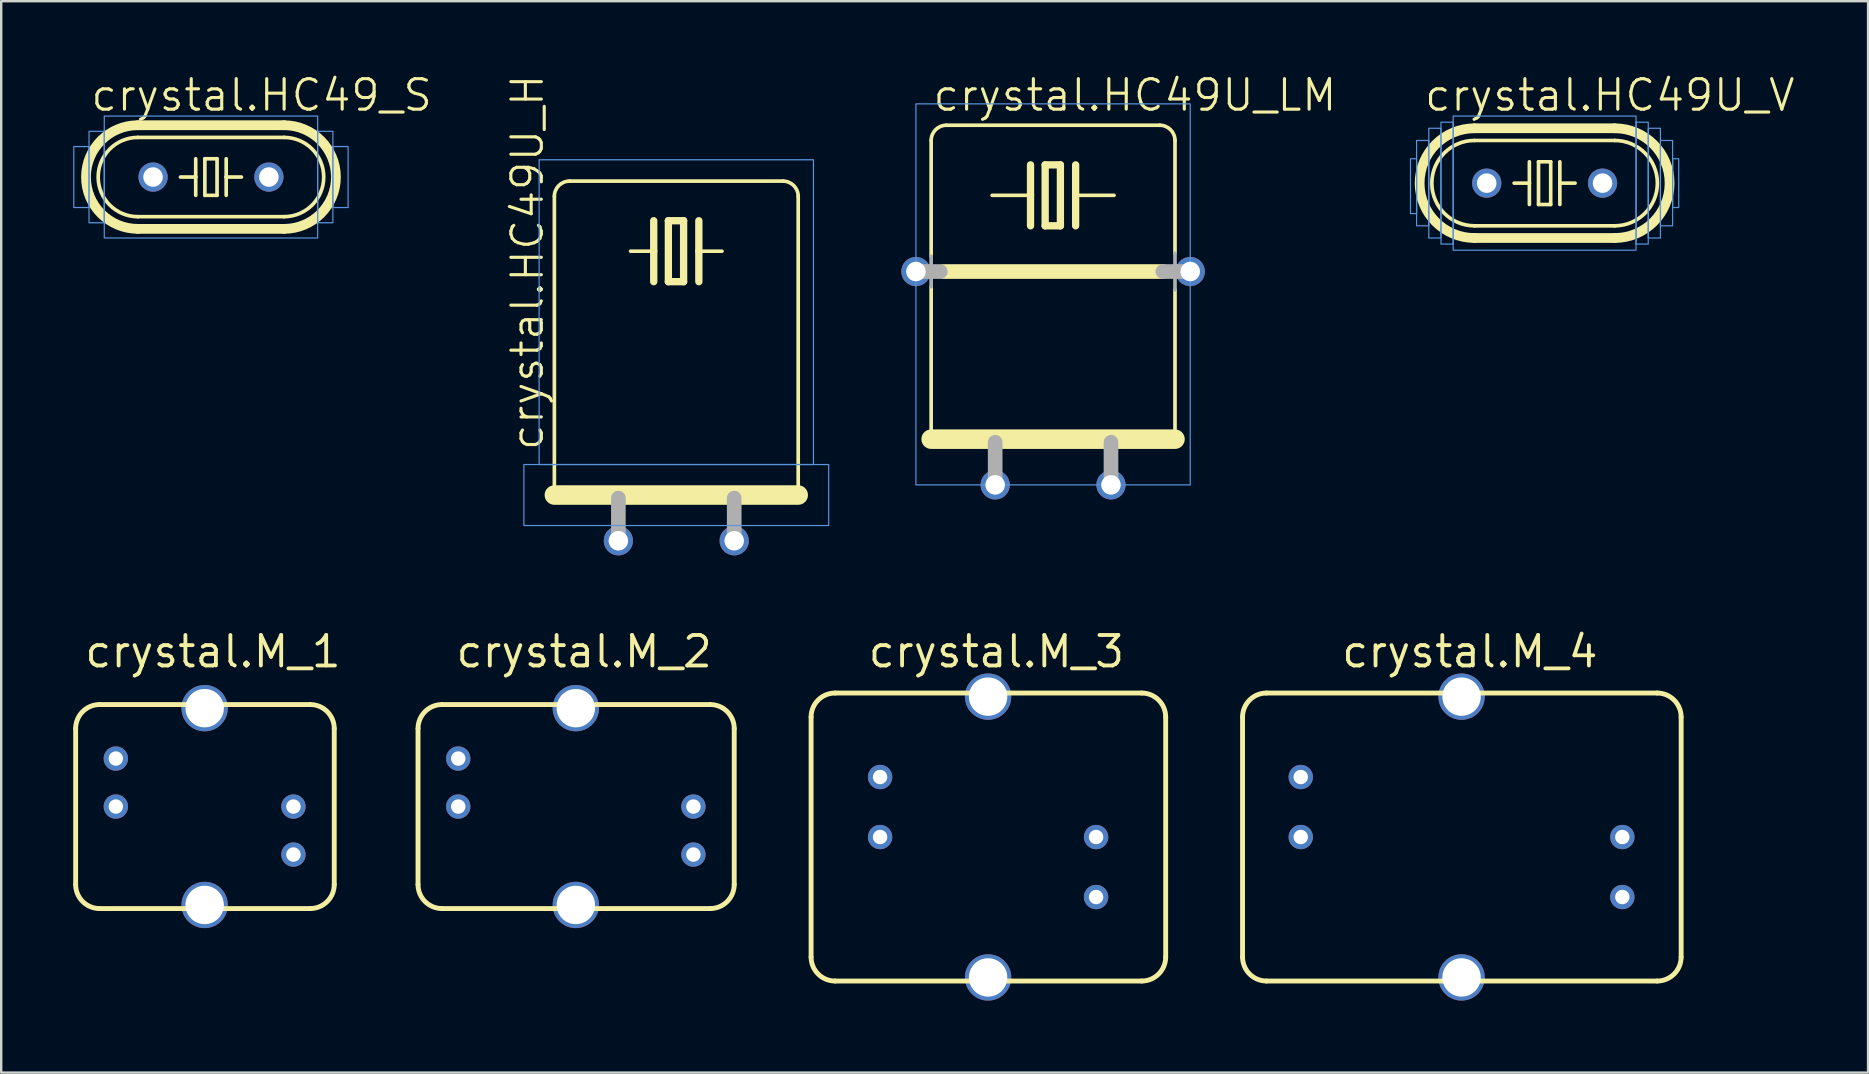
<source format=kicad_pcb>
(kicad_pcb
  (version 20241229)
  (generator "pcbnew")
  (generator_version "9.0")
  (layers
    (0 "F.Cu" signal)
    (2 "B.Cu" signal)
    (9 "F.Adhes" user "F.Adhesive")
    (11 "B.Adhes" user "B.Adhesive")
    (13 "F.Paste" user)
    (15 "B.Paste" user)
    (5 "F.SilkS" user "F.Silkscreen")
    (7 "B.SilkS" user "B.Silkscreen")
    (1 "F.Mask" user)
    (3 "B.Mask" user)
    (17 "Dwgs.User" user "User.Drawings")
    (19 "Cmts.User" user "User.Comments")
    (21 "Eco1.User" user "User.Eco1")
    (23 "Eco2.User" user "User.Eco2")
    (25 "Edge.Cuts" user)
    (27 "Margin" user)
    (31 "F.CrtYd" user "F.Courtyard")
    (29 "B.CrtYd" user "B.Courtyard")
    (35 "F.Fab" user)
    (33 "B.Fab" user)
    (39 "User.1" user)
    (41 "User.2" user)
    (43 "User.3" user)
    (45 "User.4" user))
  (footprint "crystal.M_2"
    (layer "F.Cu")
    (at 20.943 30.557)
    (property "Reference" "crystal.M_2" (at -5.08 -5.715 0) (layer "F.SilkS") (effects (font (size 1.27 1.27) (thickness 0.16)) (justify left bottom)))
    (attr through_hole)
    (fp_line (start -6.575 -3.25) (end -6.575 3.25) (stroke (width 0.203) (type default)) (layer "F.SilkS"))
    (fp_line (start -5.575 4.25) (end 5.6 4.25) (stroke (width 0.203) (type default)) (layer "F.SilkS"))
    (fp_line (start 5.6 -4.25) (end -5.575 -4.25) (stroke (width 0.203) (type default)) (layer "F.SilkS"))
    (fp_line (start 6.6 3.25) (end 6.6 -3.25) (stroke (width 0.203) (type default)) (layer "F.SilkS"))
    (fp_arc (start -6.575 -3.25) (mid -6.282107 -3.957107) (end -5.575 -4.25) (stroke (width 0.2032) (type default)) (layer "F.SilkS"))
    (fp_arc (start -5.575 4.25) (mid -6.282107 3.957107) (end -6.575 3.25) (stroke (width 0.2032) (type default)) (layer "F.SilkS"))
    (fp_arc (start 5.6 -4.25) (mid 6.307107 -3.957107) (end 6.6 -3.25) (stroke (width 0.2032) (type default)) (layer "F.SilkS"))
    (fp_arc (start 6.6 3.25) (mid 6.307107 3.957107) (end 5.6 4.25) (stroke (width 0.2032) (type default)) (layer "F.SilkS"))
    (pad "1" thru_hole circle (at -4.9 -2) (size 1.016 1.016) (drill 0.6) (layers "*.Cu" "*.Mask"))
    (pad "2" thru_hole circle (at -4.9 0) (size 1.016 1.016) (drill 0.6) (layers "*.Cu" "*.Mask"))
    (pad "3" thru_hole circle (at 4.9 0 180) (size 1.016 1.016) (drill 0.6) (layers "*.Cu" "*.Mask"))
    (pad "4" thru_hole circle (at 4.9 2 180) (size 1.016 1.016) (drill 0.6) (layers "*.Cu" "*.Mask"))
    (pad "S@1" thru_hole circle (at 0 -4.1) (size 1.93 1.93) (drill 1.6) (layers "*.Cu" "*.Mask"))
    (pad "S@2" thru_hole circle (at 0 4.1) (size 1.93 1.93) (drill 1.6) (layers "*.Cu" "*.Mask")))
  (footprint "crystal.HC49_S"
    (layer "F.Cu")
    (at 5.74 4.327)
    (property "Reference" "crystal.HC49_S" (at -5.08 -2.667 0) (layer "F.SilkS") (effects (font (size 1.27 1.27) (thickness 0.13)) (justify left bottom)))
    (attr through_hole)
    (fp_line (start -3.048 -2.159) (end 3.048 -2.159) (stroke (width 0.406) (type default)) (layer "F.SilkS"))
    (fp_line (start -3.048 1.651) (end 3.048 1.651) (stroke (width 0.152) (type default)) (layer "F.SilkS"))
    (fp_line (start -3.048 2.159) (end 3.048 2.159) (stroke (width 0.406) (type default)) (layer "F.SilkS"))
    (fp_line (start -0.635 -0.762) (end -0.635 0) (stroke (width 0.152) (type default)) (layer "F.SilkS"))
    (fp_line (start -0.635 0) (end -1.27 0) (stroke (width 0.152) (type default)) (layer "F.SilkS"))
    (fp_line (start -0.635 0) (end -0.635 0.762) (stroke (width 0.152) (type default)) (layer "F.SilkS"))
    (fp_line (start -0.254 -0.762) (end 0.254 -0.762) (stroke (width 0.152) (type default)) (layer "F.SilkS"))
    (fp_line (start -0.254 0.762) (end -0.254 -0.762) (stroke (width 0.152) (type default)) (layer "F.SilkS"))
    (fp_line (start 0.254 -0.762) (end 0.254 0.762) (stroke (width 0.152) (type default)) (layer "F.SilkS"))
    (fp_line (start 0.254 0.762) (end -0.254 0.762) (stroke (width 0.152) (type default)) (layer "F.SilkS"))
    (fp_line (start 0.635 -0.762) (end 0.635 0) (stroke (width 0.152) (type default)) (layer "F.SilkS"))
    (fp_line (start 0.635 0) (end 0.635 0.762) (stroke (width 0.152) (type default)) (layer "F.SilkS"))
    (fp_line (start 0.635 0) (end 1.27 0) (stroke (width 0.152) (type default)) (layer "F.SilkS"))
    (fp_line (start 3.048 -1.651) (end -3.048 -1.651) (stroke (width 0.152) (type default)) (layer "F.SilkS"))
    (fp_arc (start -3.048 1.651) (mid -4.699 0) (end -3.048 -1.651) (stroke (width 0.1524) (type default)) (layer "F.SilkS"))
    (fp_arc (start -3.048 2.159) (mid -5.207 0) (end -3.048 -2.159) (stroke (width 0.4064) (type default)) (layer "F.SilkS"))
    (fp_arc (start 3.048 -2.159) (mid 5.207 0) (end 3.048 2.159) (stroke (width 0.4064) (type default)) (layer "F.SilkS"))
    (fp_arc (start 3.048 -1.651) (mid 4.699 0) (end 3.048 1.651) (stroke (width 0.1524) (type default)) (layer "F.SilkS"))
    (fp_rect (start -5.715 1.27) (end -5.08 -1.27) (stroke (width 0.05) (type default)) (fill no) (layer "Cmts.User"))
    (fp_rect (start -5.08 1.905) (end -4.445 -1.905) (stroke (width 0.05) (type default)) (fill no) (layer "Cmts.User"))
    (fp_rect (start -4.445 2.54) (end 4.445 -2.54) (stroke (width 0.05) (type default)) (fill no) (layer "Cmts.User"))
    (fp_rect (start 4.445 1.905) (end 5.08 -1.905) (stroke (width 0.05) (type default)) (fill no) (layer "Cmts.User"))
    (fp_rect (start 5.08 1.27) (end 5.715 -1.27) (stroke (width 0.05) (type default)) (fill no) (layer "Cmts.User"))
    (pad "1" thru_hole circle (at -2.413 0) (size 1.219 1.219) (drill 0.813) (layers "*.Cu" "*.Mask"))
    (pad "2" thru_hole circle (at 2.413 0) (size 1.219 1.219) (drill 0.813) (layers "*.Cu" "*.Mask")))
  (footprint "crystal.M_3"
    (layer "F.Cu")
    (at 38.121 31.827)
    (property "Reference" "crystal.M_3" (at -5.08 -6.985 0) (layer "F.SilkS") (effects (font (size 1.27 1.27) (thickness 0.16)) (justify left bottom)))
    (attr through_hole)
    (fp_line (start -7.375 -5) (end -7.375 5) (stroke (width 0.203) (type default)) (layer "F.SilkS"))
    (fp_line (start -6.375 6) (end 6.4 6) (stroke (width 0.203) (type default)) (layer "F.SilkS"))
    (fp_line (start 6.4 -6) (end -6.375 -6) (stroke (width 0.203) (type default)) (layer "F.SilkS"))
    (fp_line (start 7.4 5) (end 7.4 -5) (stroke (width 0.203) (type default)) (layer "F.SilkS"))
    (fp_arc (start -7.375 -5) (mid -7.082107 -5.707107) (end -6.375 -6) (stroke (width 0.2032) (type default)) (layer "F.SilkS"))
    (fp_arc (start -6.375 6) (mid -7.082107 5.707107) (end -7.375 5) (stroke (width 0.2032) (type default)) (layer "F.SilkS"))
    (fp_arc (start 6.4 -6) (mid 7.107107 -5.707107) (end 7.4 -5) (stroke (width 0.2032) (type default)) (layer "F.SilkS"))
    (fp_arc (start 7.4 5) (mid 7.107107 5.707107) (end 6.4 6) (stroke (width 0.2032) (type default)) (layer "F.SilkS"))
    (pad "1" thru_hole circle (at -4.5 -2.5) (size 1.016 1.016) (drill 0.6) (layers "*.Cu" "*.Mask"))
    (pad "2" thru_hole circle (at -4.5 0) (size 1.016 1.016) (drill 0.6) (layers "*.Cu" "*.Mask"))
    (pad "3" thru_hole circle (at 4.5 0 180) (size 1.016 1.016) (drill 0.6) (layers "*.Cu" "*.Mask"))
    (pad "4" thru_hole circle (at 4.5 2.5 180) (size 1.016 1.016) (drill 0.6) (layers "*.Cu" "*.Mask"))
    (pad "S@1" thru_hole circle (at 0 -5.85) (size 1.93 1.93) (drill 1.6) (layers "*.Cu" "*.Mask"))
    (pad "S@2" thru_hole circle (at 0 5.85) (size 1.93 1.93) (drill 1.6) (layers "*.Cu" "*.Mask")))
  (footprint "crystal.HC49U_LM"
    (layer "F.Cu")
    (at 40.829 12.074)
    (property "Reference" "crystal.HC49U_LM" (at -5.08 -10.414 0) (layer "F.SilkS") (effects (font (size 1.27 1.27) (thickness 0.13)) (justify left bottom)))
    (attr through_hole)
    (fp_line (start -5.08 -4.445) (end -5.08 -9.271) (stroke (width 0.152) (type default)) (layer "F.SilkS"))
    (fp_line (start -5.08 -3.175) (end -5.08 3.175) (stroke (width 0.152) (type default)) (layer "F.SilkS"))
    (fp_line (start -5.08 3.175) (end 5.08 3.175) (stroke (width 0.813) (type default)) (layer "F.SilkS"))
    (fp_line (start -4.572 -3.81) (end 4.572 -3.81) (stroke (width 0.61) (type default)) (layer "F.SilkS"))
    (fp_line (start -0.94 -8.255) (end -0.94 -6.985) (stroke (width 0.305) (type default)) (layer "F.SilkS"))
    (fp_line (start -0.94 -6.985) (end -2.54 -6.985) (stroke (width 0.152) (type default)) (layer "F.SilkS"))
    (fp_line (start -0.94 -6.985) (end -0.94 -5.715) (stroke (width 0.305) (type default)) (layer "F.SilkS"))
    (fp_line (start -0.33 -8.255) (end -0.33 -5.715) (stroke (width 0.305) (type default)) (layer "F.SilkS"))
    (fp_line (start -0.33 -5.715) (end 0.305 -5.715) (stroke (width 0.305) (type default)) (layer "F.SilkS"))
    (fp_line (start 0.305 -8.255) (end -0.33 -8.255) (stroke (width 0.305) (type default)) (layer "F.SilkS"))
    (fp_line (start 0.305 -5.715) (end 0.305 -8.255) (stroke (width 0.305) (type default)) (layer "F.SilkS"))
    (fp_line (start 0.94 -8.255) (end 0.94 -6.985) (stroke (width 0.305) (type default)) (layer "F.SilkS"))
    (fp_line (start 0.94 -6.985) (end 0.94 -5.715) (stroke (width 0.305) (type default)) (layer "F.SilkS"))
    (fp_line (start 0.94 -6.985) (end 2.54 -6.985) (stroke (width 0.152) (type default)) (layer "F.SilkS"))
    (fp_line (start 4.445 -9.906) (end -4.445 -9.906) (stroke (width 0.152) (type default)) (layer "F.SilkS"))
    (fp_line (start 5.08 -4.572) (end 5.08 -9.271) (stroke (width 0.152) (type default)) (layer "F.SilkS"))
    (fp_line (start 5.08 -3.048) (end 5.08 3.175) (stroke (width 0.152) (type default)) (layer "F.SilkS"))
    (fp_arc (start -5.08 -9.271) (mid -4.894013 -9.720013) (end -4.445 -9.906) (stroke (width 0.1524) (type default)) (layer "F.SilkS"))
    (fp_arc (start 4.445 -9.906) (mid 4.894013 -9.720013) (end 5.08 -9.271) (stroke (width 0.1524) (type default)) (layer "F.SilkS"))
    (fp_rect (start -5.715 5.08) (end 5.715 -10.795) (stroke (width 0.05) (type default)) (fill no) (layer "Cmts.User"))
    (fp_line (start -5.08 -4.445) (end -5.08 -3.175) (stroke (width 0.152) (type default)) (layer "F.Fab"))
    (fp_line (start -4.699 -3.81) (end -5.715 -3.81) (stroke (width 0.61) (type default)) (layer "F.Fab"))
    (fp_line (start -2.413 3.302) (end -2.413 5.08) (stroke (width 0.61) (type default)) (layer "F.Fab"))
    (fp_line (start 2.413 3.302) (end 2.413 5.08) (stroke (width 0.61) (type default)) (layer "F.Fab"))
    (fp_line (start 4.572 -3.81) (end 5.08 -3.81) (stroke (width 0.61) (type default)) (layer "F.Fab"))
    (fp_line (start 5.08 -3.81) (end 5.08 -4.572) (stroke (width 0.152) (type default)) (layer "F.Fab"))
    (fp_line (start 5.08 -3.81) (end 5.08 -3.048) (stroke (width 0.152) (type default)) (layer "F.Fab"))
    (fp_line (start 5.08 -3.81) (end 5.715 -3.81) (stroke (width 0.61) (type default)) (layer "F.Fab"))
    (pad "1" thru_hole circle (at -2.413 5.08) (size 1.219 1.219) (drill 0.813) (layers "*.Cu" "*.Mask"))
    (pad "2" thru_hole circle (at 2.413 5.08) (size 1.219 1.219) (drill 0.813) (layers "*.Cu" "*.Mask"))
    (pad "M" thru_hole circle (at -5.715 -3.81) (size 1.219 1.219) (drill 0.813) (layers "*.Cu" "*.Mask"))
    (pad "M1" thru_hole circle (at 5.715 -3.81) (size 1.219 1.219) (drill 0.813) (layers "*.Cu" "*.Mask")))
  (footprint "crystal.HC49U_H"
    (layer "F.Cu")
    (at 25.129 14.402)
    (property "Reference" "crystal.HC49U_H" (at -5.461 1.397 90) (layer "F.SilkS") (effects (font (size 1.27 1.27) (thickness 0.13)) (justify left bottom)))
    (attr through_hole)
    (fp_line (start -5.08 -9.271) (end -5.08 3.175) (stroke (width 0.152) (type default)) (layer "F.SilkS"))
    (fp_line (start -5.08 3.175) (end 5.08 3.175) (stroke (width 0.813) (type default)) (layer "F.SilkS"))
    (fp_line (start -0.94 -8.255) (end -0.94 -6.985) (stroke (width 0.305) (type default)) (layer "F.SilkS"))
    (fp_line (start -0.94 -6.985) (end -1.905 -6.985) (stroke (width 0.152) (type default)) (layer "F.SilkS"))
    (fp_line (start -0.94 -6.985) (end -0.94 -5.715) (stroke (width 0.305) (type default)) (layer "F.SilkS"))
    (fp_line (start -0.33 -8.255) (end -0.33 -5.715) (stroke (width 0.305) (type default)) (layer "F.SilkS"))
    (fp_line (start -0.33 -5.715) (end 0.305 -5.715) (stroke (width 0.305) (type default)) (layer "F.SilkS"))
    (fp_line (start 0.305 -8.255) (end -0.33 -8.255) (stroke (width 0.305) (type default)) (layer "F.SilkS"))
    (fp_line (start 0.305 -5.715) (end 0.305 -8.255) (stroke (width 0.305) (type default)) (layer "F.SilkS"))
    (fp_line (start 0.94 -8.255) (end 0.94 -6.985) (stroke (width 0.305) (type default)) (layer "F.SilkS"))
    (fp_line (start 0.94 -6.985) (end 0.94 -5.715) (stroke (width 0.305) (type default)) (layer "F.SilkS"))
    (fp_line (start 0.94 -6.985) (end 1.905 -6.985) (stroke (width 0.152) (type default)) (layer "F.SilkS"))
    (fp_line (start 4.445 -9.906) (end -4.445 -9.906) (stroke (width 0.152) (type default)) (layer "F.SilkS"))
    (fp_line (start 5.08 3.175) (end 5.08 -9.271) (stroke (width 0.152) (type default)) (layer "F.SilkS"))
    (fp_arc (start -5.08 -9.271) (mid -4.894013 -9.720013) (end -4.445 -9.906) (stroke (width 0.1524) (type default)) (layer "F.SilkS"))
    (fp_arc (start 4.445 -9.906) (mid 4.894013 -9.720013) (end 5.08 -9.271) (stroke (width 0.1524) (type default)) (layer "F.SilkS"))
    (fp_rect (start -6.35 4.445) (end 6.35 1.905) (stroke (width 0.05) (type default)) (fill no) (layer "Cmts.User"))
    (fp_rect (start -5.715 1.905) (end 5.715 -10.795) (stroke (width 0.05) (type default)) (fill no) (layer "Cmts.User"))
    (fp_line (start -2.413 3.302) (end -2.413 5.08) (stroke (width 0.61) (type default)) (layer "F.Fab"))
    (fp_line (start 2.413 3.302) (end 2.413 5.08) (stroke (width 0.61) (type default)) (layer "F.Fab"))
    (pad "1" thru_hole circle (at -2.413 5.08) (size 1.219 1.219) (drill 0.813) (layers "*.Cu" "*.Mask"))
    (pad "2" thru_hole circle (at 2.413 5.08) (size 1.219 1.219) (drill 0.813) (layers "*.Cu" "*.Mask")))
  (footprint "crystal.M_1"
    (layer "F.Cu")
    (at 5.477 30.557)
    (property "Reference" "crystal.M_1" (at -5.08 -5.715 0) (layer "F.SilkS") (effects (font (size 1.27 1.27) (thickness 0.16)) (justify left bottom)))
    (attr through_hole)
    (fp_line (start -5.375 -3.25) (end -5.375 3.25) (stroke (width 0.203) (type default)) (layer "F.SilkS"))
    (fp_line (start -4.375 4.25) (end 4.4 4.25) (stroke (width 0.203) (type default)) (layer "F.SilkS"))
    (fp_line (start 4.4 -4.25) (end -4.375 -4.25) (stroke (width 0.203) (type default)) (layer "F.SilkS"))
    (fp_line (start 5.4 3.25) (end 5.4 -3.25) (stroke (width 0.203) (type default)) (layer "F.SilkS"))
    (fp_arc (start -5.375 -3.25) (mid -5.082107 -3.957107) (end -4.375 -4.25) (stroke (width 0.2032) (type default)) (layer "F.SilkS"))
    (fp_arc (start -4.375 4.25) (mid -5.082107 3.957107) (end -5.375 3.25) (stroke (width 0.2032) (type default)) (layer "F.SilkS"))
    (fp_arc (start 4.4 -4.25) (mid 5.107107 -3.957107) (end 5.4 -3.25) (stroke (width 0.2032) (type default)) (layer "F.SilkS"))
    (fp_arc (start 5.4 3.25) (mid 5.107107 3.957107) (end 4.4 4.25) (stroke (width 0.2032) (type default)) (layer "F.SilkS"))
    (pad "1" thru_hole circle (at -3.7 -2) (size 1.016 1.016) (drill 0.6) (layers "*.Cu" "*.Mask"))
    (pad "2" thru_hole circle (at -3.7 0) (size 1.016 1.016) (drill 0.6) (layers "*.Cu" "*.Mask"))
    (pad "3" thru_hole circle (at 3.7 0 180) (size 1.016 1.016) (drill 0.6) (layers "*.Cu" "*.Mask"))
    (pad "4" thru_hole circle (at 3.7 2 180) (size 1.016 1.016) (drill 0.6) (layers "*.Cu" "*.Mask"))
    (pad "S@1" thru_hole circle (at 0 -4.1) (size 1.93 1.93) (drill 1.6) (layers "*.Cu" "*.Mask"))
    (pad "S@2" thru_hole circle (at 0 4.1) (size 1.93 1.93) (drill 1.6) (layers "*.Cu" "*.Mask")))
  (footprint "crystal.M_4"
    (layer "F.Cu")
    (at 57.849 31.827)
    (property "Reference" "crystal.M_4" (at -5.08 -6.985 0) (layer "F.SilkS") (effects (font (size 1.27 1.27) (thickness 0.16)) (justify left bottom)))
    (attr through_hole)
    (fp_line (start -9.125 -5) (end -9.125 5) (stroke (width 0.203) (type default)) (layer "F.SilkS"))
    (fp_line (start -8.125 6) (end 8.15 6) (stroke (width 0.203) (type default)) (layer "F.SilkS"))
    (fp_line (start 8.15 -6) (end -8.125 -6) (stroke (width 0.203) (type default)) (layer "F.SilkS"))
    (fp_line (start 9.15 5) (end 9.15 -5) (stroke (width 0.203) (type default)) (layer "F.SilkS"))
    (fp_arc (start -9.125 -5) (mid -8.832107 -5.707107) (end -8.125 -6) (stroke (width 0.2032) (type default)) (layer "F.SilkS"))
    (fp_arc (start -8.125 6) (mid -8.832107 5.707107) (end -9.125 5) (stroke (width 0.2032) (type default)) (layer "F.SilkS"))
    (fp_arc (start 8.15 -6) (mid 8.857107 -5.707107) (end 9.15 -5) (stroke (width 0.2032) (type default)) (layer "F.SilkS"))
    (fp_arc (start 9.15 5) (mid 8.857107 5.707107) (end 8.15 6) (stroke (width 0.2032) (type default)) (layer "F.SilkS"))
    (pad "1" thru_hole circle (at -6.7 -2.5) (size 1.016 1.016) (drill 0.6) (layers "*.Cu" "*.Mask"))
    (pad "2" thru_hole circle (at -6.7 0) (size 1.016 1.016) (drill 0.6) (layers "*.Cu" "*.Mask"))
    (pad "3" thru_hole circle (at 6.7 0 180) (size 1.016 1.016) (drill 0.6) (layers "*.Cu" "*.Mask"))
    (pad "4" thru_hole circle (at 6.7 2.5 180) (size 1.016 1.016) (drill 0.6) (layers "*.Cu" "*.Mask"))
    (pad "S@1" thru_hole circle (at 0 -5.85) (size 1.93 1.93) (drill 1.6) (layers "*.Cu" "*.Mask"))
    (pad "S@2" thru_hole circle (at 0 5.85) (size 1.93 1.93) (drill 1.6) (layers "*.Cu" "*.Mask")))
  (footprint "crystal.HC49U_V"
    (layer "F.Cu")
    (at 61.31 4.581)
    (property "Reference" "crystal.HC49U_V" (at -5.08 -2.921 0) (layer "F.SilkS") (effects (font (size 1.27 1.27) (thickness 0.13)) (justify left bottom)))
    (attr through_hole)
    (fp_line (start -2.921 -2.286) (end 2.921 -2.286) (stroke (width 0.406) (type default)) (layer "F.SilkS"))
    (fp_line (start -2.921 1.778) (end 2.921 1.778) (stroke (width 0.152) (type default)) (layer "F.SilkS"))
    (fp_line (start -2.921 2.286) (end 2.921 2.286) (stroke (width 0.406) (type default)) (layer "F.SilkS"))
    (fp_line (start -0.635 -0.889) (end -0.635 0) (stroke (width 0.152) (type default)) (layer "F.SilkS"))
    (fp_line (start -0.635 0) (end -1.27 0) (stroke (width 0.152) (type default)) (layer "F.SilkS"))
    (fp_line (start -0.635 0) (end -0.635 0.889) (stroke (width 0.152) (type default)) (layer "F.SilkS"))
    (fp_line (start -0.254 -0.889) (end 0.254 -0.889) (stroke (width 0.152) (type default)) (layer "F.SilkS"))
    (fp_line (start -0.254 0.889) (end -0.254 -0.889) (stroke (width 0.152) (type default)) (layer "F.SilkS"))
    (fp_line (start 0.254 -0.889) (end 0.254 0.889) (stroke (width 0.152) (type default)) (layer "F.SilkS"))
    (fp_line (start 0.254 0.889) (end -0.254 0.889) (stroke (width 0.152) (type default)) (layer "F.SilkS"))
    (fp_line (start 0.635 -0.889) (end 0.635 0) (stroke (width 0.152) (type default)) (layer "F.SilkS"))
    (fp_line (start 0.635 0) (end 0.635 0.889) (stroke (width 0.152) (type default)) (layer "F.SilkS"))
    (fp_line (start 0.635 0) (end 1.27 0) (stroke (width 0.152) (type default)) (layer "F.SilkS"))
    (fp_line (start 2.921 -1.778) (end -2.921 -1.778) (stroke (width 0.152) (type default)) (layer "F.SilkS"))
    (fp_arc (start -2.921 1.778) (mid -4.699 0) (end -2.921 -1.778) (stroke (width 0.1524) (type default)) (layer "F.SilkS"))
    (fp_arc (start -2.921 2.286) (mid -5.207 0) (end -2.921 -2.286) (stroke (width 0.4064) (type default)) (layer "F.SilkS"))
    (fp_arc (start 2.921 -2.286) (mid 5.207 0) (end 2.921 2.286) (stroke (width 0.4064) (type default)) (layer "F.SilkS"))
    (fp_arc (start 2.921 -1.778) (mid 4.699 0) (end 2.921 1.778) (stroke (width 0.1524) (type default)) (layer "F.SilkS"))
    (fp_rect (start -5.588 1.27) (end -5.334 -1.016) (stroke (width 0.05) (type default)) (fill no) (layer "Cmts.User"))
    (fp_rect (start -5.334 1.778) (end -4.826 -1.778) (stroke (width 0.05) (type default)) (fill no) (layer "Cmts.User"))
    (fp_rect (start -4.826 2.286) (end -4.318 -2.286) (stroke (width 0.05) (type default)) (fill no) (layer "Cmts.User"))
    (fp_rect (start -4.318 2.54) (end -3.81 -2.54) (stroke (width 0.05) (type default)) (fill no) (layer "Cmts.User"))
    (fp_rect (start -3.81 2.794) (end 3.81 -2.794) (stroke (width 0.05) (type default)) (fill no) (layer "Cmts.User"))
    (fp_rect (start 3.81 2.54) (end 4.318 -2.54) (stroke (width 0.05) (type default)) (fill no) (layer "Cmts.User"))
    (fp_rect (start 4.318 2.286) (end 4.826 -2.286) (stroke (width 0.05) (type default)) (fill no) (layer "Cmts.User"))
    (fp_rect (start 4.826 1.778) (end 5.334 -1.778) (stroke (width 0.05) (type default)) (fill no) (layer "Cmts.User"))
    (fp_rect (start 5.334 1.016) (end 5.588 -1.016) (stroke (width 0.05) (type default)) (fill no) (layer "Cmts.User"))
    (pad "1" thru_hole circle (at -2.413 0) (size 1.219 1.219) (drill 0.813) (layers "*.Cu" "*.Mask"))
    (pad "2" thru_hole circle (at 2.413 0) (size 1.219 1.219) (drill 0.813) (layers "*.Cu" "*.Mask")))
  (gr_rect
    (start -3 -3)
    (end 74.787 41.642)
    (stroke (width 0.1) (type default))
    (fill no)
    (layer "Edge.Cuts")))
</source>
